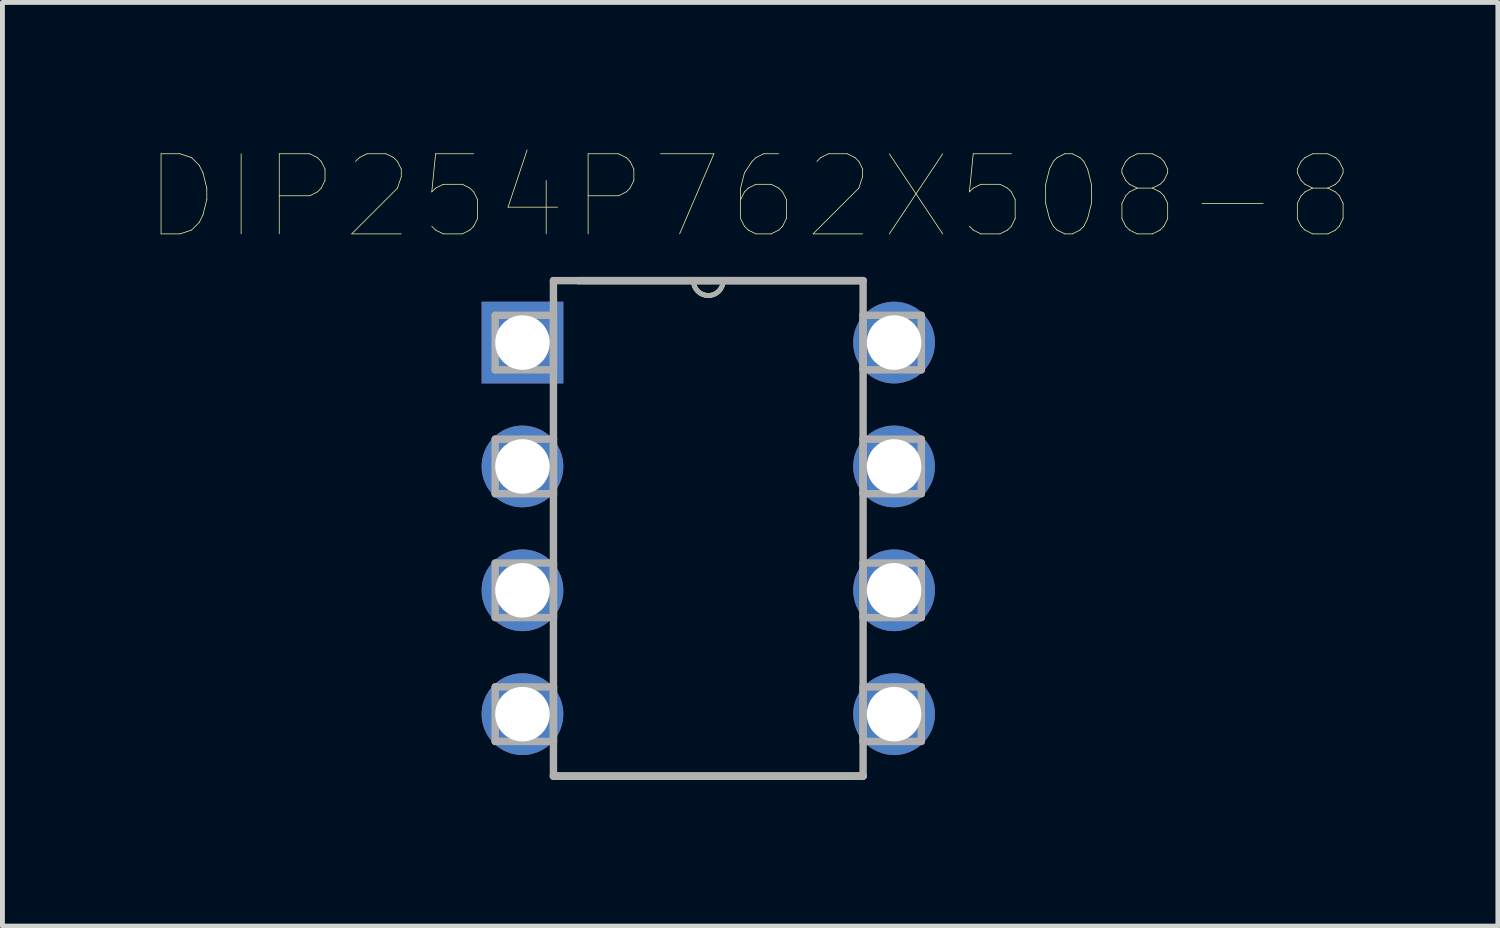
<source format=kicad_pcb>
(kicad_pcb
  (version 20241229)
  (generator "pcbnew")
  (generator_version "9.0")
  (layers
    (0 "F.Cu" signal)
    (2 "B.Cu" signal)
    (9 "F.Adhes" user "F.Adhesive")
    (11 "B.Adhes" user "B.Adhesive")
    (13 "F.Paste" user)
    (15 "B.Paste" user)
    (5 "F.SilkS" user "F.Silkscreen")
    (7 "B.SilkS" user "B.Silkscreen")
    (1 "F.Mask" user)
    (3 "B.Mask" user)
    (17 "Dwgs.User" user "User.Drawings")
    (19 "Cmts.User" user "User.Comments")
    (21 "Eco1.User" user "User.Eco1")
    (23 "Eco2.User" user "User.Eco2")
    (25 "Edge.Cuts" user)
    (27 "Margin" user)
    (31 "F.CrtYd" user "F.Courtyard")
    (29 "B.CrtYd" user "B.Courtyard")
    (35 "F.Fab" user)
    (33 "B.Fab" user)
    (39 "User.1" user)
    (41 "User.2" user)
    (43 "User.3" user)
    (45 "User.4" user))
  (footprint "DIP254P762X508-8"
    (layer "F.Cu")
    (at 15.284 11.595)
    (property "Reference" "DIP254P762X508-8" (at -2.951 -10.608 0) (layer "F.SilkS") (effects (font (size 1.642 1.642) (thickness 0.015))))
    (attr through_hole)
    (fp_line (start -6.985 1.27) (end -0.635 1.27) (stroke (width 0.152) (type solid)) (layer "F.SilkS"))
    (fp_line (start -4.115 -8.89) (end -6.477 -8.89) (stroke (width 0.152) (type solid)) (layer "F.SilkS"))
    (fp_line (start -3.505 -8.89) (end -4.115 -8.89) (stroke (width 0.152) (type solid)) (layer "F.SilkS"))
    (fp_line (start -0.635 -8.89) (end -3.505 -8.89) (stroke (width 0.152) (type solid)) (layer "F.SilkS"))
    (fp_arc (start -3.5052 -8.89) (mid -3.81 -8.5852) (end -4.1148 -8.89) (stroke (width 0.1) (type solid)) (layer "F.SilkS"))
    (fp_line (start -8.179 -8.179) (end -8.179 -7.061) (stroke (width 0.152) (type solid)) (layer "F.Fab"))
    (fp_line (start -8.179 -7.061) (end -6.985 -7.061) (stroke (width 0.152) (type solid)) (layer "F.Fab"))
    (fp_line (start -8.179 -5.639) (end -8.179 -4.521) (stroke (width 0.152) (type solid)) (layer "F.Fab"))
    (fp_line (start -8.179 -4.521) (end -6.985 -4.521) (stroke (width 0.152) (type solid)) (layer "F.Fab"))
    (fp_line (start -8.179 -3.099) (end -8.179 -1.981) (stroke (width 0.152) (type solid)) (layer "F.Fab"))
    (fp_line (start -8.179 -1.981) (end -6.985 -1.981) (stroke (width 0.152) (type solid)) (layer "F.Fab"))
    (fp_line (start -8.179 -0.559) (end -8.179 0.559) (stroke (width 0.152) (type solid)) (layer "F.Fab"))
    (fp_line (start -8.179 0.559) (end -6.985 0.559) (stroke (width 0.152) (type solid)) (layer "F.Fab"))
    (fp_line (start -6.985 -8.89) (end -6.985 1.27) (stroke (width 0.152) (type solid)) (layer "F.Fab"))
    (fp_line (start -6.985 -8.179) (end -8.179 -8.179) (stroke (width 0.152) (type solid)) (layer "F.Fab"))
    (fp_line (start -6.985 -7.061) (end -6.985 -8.179) (stroke (width 0.152) (type solid)) (layer "F.Fab"))
    (fp_line (start -6.985 -5.639) (end -8.179 -5.639) (stroke (width 0.152) (type solid)) (layer "F.Fab"))
    (fp_line (start -6.985 -4.521) (end -6.985 -5.639) (stroke (width 0.152) (type solid)) (layer "F.Fab"))
    (fp_line (start -6.985 -3.099) (end -8.179 -3.099) (stroke (width 0.152) (type solid)) (layer "F.Fab"))
    (fp_line (start -6.985 -1.981) (end -6.985 -3.099) (stroke (width 0.152) (type solid)) (layer "F.Fab"))
    (fp_line (start -6.985 -0.559) (end -8.179 -0.559) (stroke (width 0.152) (type solid)) (layer "F.Fab"))
    (fp_line (start -6.985 0.559) (end -6.985 -0.559) (stroke (width 0.152) (type solid)) (layer "F.Fab"))
    (fp_line (start -6.985 1.27) (end -0.635 1.27) (stroke (width 0.152) (type solid)) (layer "F.Fab"))
    (fp_line (start -4.115 -8.89) (end -6.985 -8.89) (stroke (width 0.152) (type solid)) (layer "F.Fab"))
    (fp_line (start -3.505 -8.89) (end -4.115 -8.89) (stroke (width 0.152) (type solid)) (layer "F.Fab"))
    (fp_line (start -0.635 -8.89) (end -3.505 -8.89) (stroke (width 0.152) (type solid)) (layer "F.Fab"))
    (fp_line (start -0.635 -8.179) (end -0.635 -7.061) (stroke (width 0.152) (type solid)) (layer "F.Fab"))
    (fp_line (start -0.635 -7.061) (end 0.559 -7.061) (stroke (width 0.152) (type solid)) (layer "F.Fab"))
    (fp_line (start -0.635 -5.639) (end -0.635 -4.521) (stroke (width 0.152) (type solid)) (layer "F.Fab"))
    (fp_line (start -0.635 -4.521) (end 0.559 -4.521) (stroke (width 0.152) (type solid)) (layer "F.Fab"))
    (fp_line (start -0.635 -3.099) (end -0.635 -1.981) (stroke (width 0.152) (type solid)) (layer "F.Fab"))
    (fp_line (start -0.635 -1.981) (end 0.559 -1.981) (stroke (width 0.152) (type solid)) (layer "F.Fab"))
    (fp_line (start -0.635 -0.559) (end -0.635 0.559) (stroke (width 0.152) (type solid)) (layer "F.Fab"))
    (fp_line (start -0.635 0.559) (end 0.559 0.559) (stroke (width 0.152) (type solid)) (layer "F.Fab"))
    (fp_line (start -0.635 1.27) (end -0.635 -8.89) (stroke (width 0.152) (type solid)) (layer "F.Fab"))
    (fp_line (start 0.559 -8.179) (end -0.635 -8.179) (stroke (width 0.152) (type solid)) (layer "F.Fab"))
    (fp_line (start 0.559 -7.061) (end 0.559 -8.179) (stroke (width 0.152) (type solid)) (layer "F.Fab"))
    (fp_line (start 0.559 -5.639) (end -0.635 -5.639) (stroke (width 0.152) (type solid)) (layer "F.Fab"))
    (fp_line (start 0.559 -4.521) (end 0.559 -5.639) (stroke (width 0.152) (type solid)) (layer "F.Fab"))
    (fp_line (start 0.559 -3.099) (end -0.635 -3.099) (stroke (width 0.152) (type solid)) (layer "F.Fab"))
    (fp_line (start 0.559 -1.981) (end 0.559 -3.099) (stroke (width 0.152) (type solid)) (layer "F.Fab"))
    (fp_line (start 0.559 -0.559) (end -0.635 -0.559) (stroke (width 0.152) (type solid)) (layer "F.Fab"))
    (fp_line (start 0.559 0.559) (end 0.559 -0.559) (stroke (width 0.152) (type solid)) (layer "F.Fab"))
    (fp_arc (start -3.5052 -8.89) (mid -3.81 -8.5852) (end -4.1148 -8.89) (stroke (width 0.1) (type solid)) (layer "F.Fab"))
    (pad "1" thru_hole rect (at -7.62 -7.62) (size 1.676 1.676) (drill 1.118) (layers "*.Cu" "*.Mask"))
    (pad "2" thru_hole circle (at -7.62 -5.08) (size 1.676 1.676) (drill 1.118) (layers "*.Cu" "*.Mask"))
    (pad "3" thru_hole circle (at -7.62 -2.54) (size 1.676 1.676) (drill 1.118) (layers "*.Cu" "*.Mask"))
    (pad "4" thru_hole circle (at -7.62 0) (size 1.676 1.676) (drill 1.118) (layers "*.Cu" "*.Mask"))
    (pad "5" thru_hole circle (at 0 0) (size 1.676 1.676) (drill 1.118) (layers "*.Cu" "*.Mask"))
    (pad "6" thru_hole circle (at 0 -2.54) (size 1.676 1.676) (drill 1.118) (layers "*.Cu" "*.Mask"))
    (pad "7" thru_hole circle (at 0 -5.08) (size 1.676 1.676) (drill 1.118) (layers "*.Cu" "*.Mask"))
    (pad "8" thru_hole circle (at 0 -7.62) (size 1.676 1.676) (drill 1.118) (layers "*.Cu" "*.Mask")))
  (gr_rect
    (start -3 -3)
    (end 27.666 15.941)
    (stroke (width 0.1) (type default))
    (fill no)
    (layer "Edge.Cuts")))
</source>
